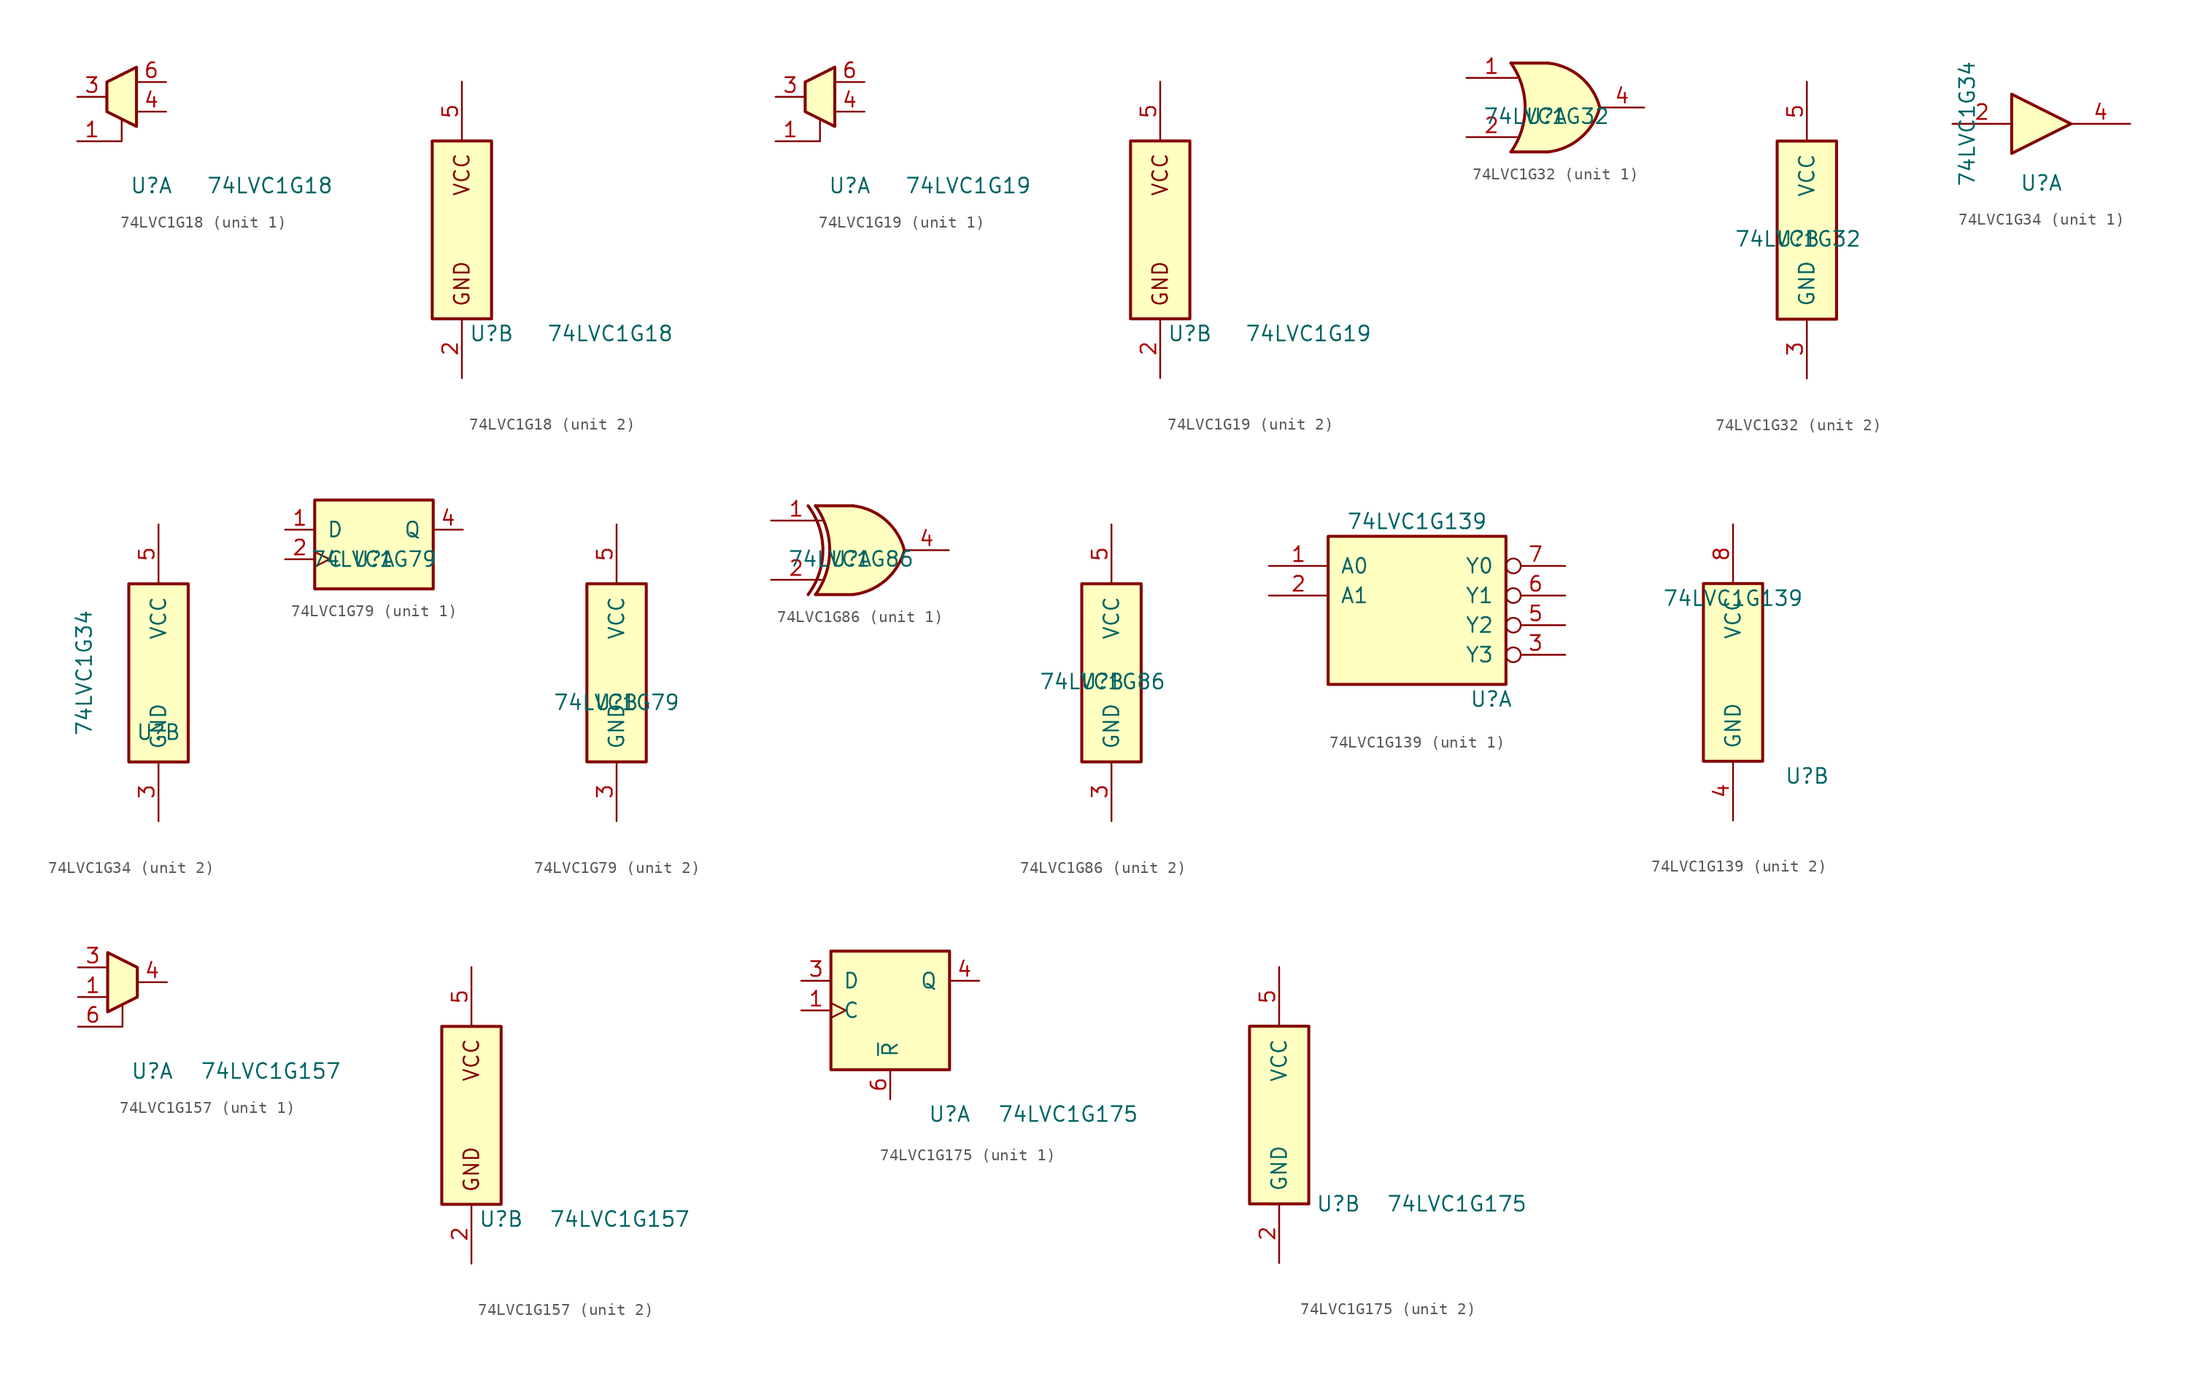
<source format=kicad_sym>
(kicad_symbol_lib
  (version 20211014)
  (generator kicad_symbol_editor)
  (symbol "74LVC1G18"
    (pin_names
      (offset 1.016) hide)
    (property "Reference" "U"
      (at 2.54 -7.62 0)
      (effects (font (size 1.27 1.27))))
    (property "Value" "74LVC1G18"
      (at 12.7 -7.62 0)
      (effects (font (size 1.27 1.27))))
    (symbol "74LVC1G18_1_1"
      (polyline (pts (xy -1.27 -3.81) (xy 0 -3.81) (xy 0 -1.905)) (stroke (width 0) (type default) (color 0 0 0 0)) (fill (type none)))
      (polyline (pts (xy 1.27 2.54) (xy -1.27 1.27) (xy -1.27 -1.27) (xy 1.27 -2.54) (xy 1.27 2.54)) (stroke (width 0.254) (type default) (color 0 0 0 0)) (fill (type background)))
      (pin input line (at -3.81 -3.81 0) (length 2.54) (name "S" (effects (font (size 1.27 1.27)))) (number "1" (effects (font (size 1.27 1.27)))))
      (pin input line (at -3.81 0 0) (length 2.54) (name "I" (effects (font (size 1.27 1.27)))) (number "3" (effects (font (size 1.27 1.27)))))
      (pin output line (at 3.81 -1.27 180) (length 2.54) (name "Y1" (effects (font (size 1.27 1.27)))) (number "4" (effects (font (size 1.27 1.27)))))
      (pin output line (at 3.81 1.27 180) (length 2.54) (name "Y0" (effects (font (size 1.27 1.27)))) (number "6" (effects (font (size 1.27 1.27))))))
    (symbol "74LVC1G18_2_0"
      (text " GND" (at 0 -6.35 900) (effects (font (size 1.27 1.27)) (justify left)))
      (text "VCC " (at 0 8.89 900) (effects (font (size 1.27 1.27)) (justify right))))
    (symbol "74LVC1G18_2_1"
      (rectangle (start -2.54 8.89) (end 2.54 -6.35) (stroke (width 0.254) (type default) (color 0 0 0 0)) (fill (type background)))
      (pin power_in line (at 0 -11.43 90) (length 5.08) (name "GND" (effects (font (size 1.27 1.27)))) (number "2" (effects (font (size 1.27 1.27)))))
      (pin power_in line (at 0 13.97 270) (length 5.08) (name "VCC" (effects (font (size 1.27 1.27)))) (number "5" (effects (font (size 1.27 1.27)))))))
  (symbol "74LVC1G19"
    (pin_names
      (offset 1.016) hide)
    (property "Reference" "U"
      (at 2.54 -7.62 0)
      (effects (font (size 1.27 1.27))))
    (property "Value" "74LVC1G19"
      (at 12.7 -7.62 0)
      (effects (font (size 1.27 1.27))))
    (property "ki_locked" ""
      (at 0 0 0)
      (effects (font (size 1.27 1.27))))
    (symbol "74LVC1G19_1_1"
      (polyline (pts (xy -1.27 -3.81) (xy 0 -3.81) (xy 0 -1.905)) (stroke (width 0) (type default) (color 0 0 0 0)) (fill (type none)))
      (polyline (pts (xy 1.27 2.54) (xy -1.27 1.27) (xy -1.27 -1.27) (xy 1.27 -2.54) (xy 1.27 2.54)) (stroke (width 0.254) (type default) (color 0 0 0 0)) (fill (type background)))
      (pin input line (at -3.81 -3.81 0) (length 2.54) (name "S" (effects (font (size 1.27 1.27)))) (number "1" (effects (font (size 1.27 1.27)))))
      (pin input line (at -3.81 0 0) (length 2.54) (name "I" (effects (font (size 1.27 1.27)))) (number "3" (effects (font (size 1.27 1.27)))))
      (pin output line (at 3.81 -1.27 180) (length 2.54) (name "Y1" (effects (font (size 1.27 1.27)))) (number "4" (effects (font (size 1.27 1.27)))))
      (pin output line (at 3.81 1.27 180) (length 2.54) (name "Y0" (effects (font (size 1.27 1.27)))) (number "6" (effects (font (size 1.27 1.27))))))
    (symbol "74LVC1G19_2_0"
      (text " GND" (at 0 -6.35 900) (effects (font (size 1.27 1.27)) (justify left)))
      (text "VCC " (at 0 8.89 900) (effects (font (size 1.27 1.27)) (justify right))))
    (symbol "74LVC1G19_2_1"
      (rectangle (start -2.54 8.89) (end 2.54 -6.35) (stroke (width 0.254) (type default) (color 0 0 0 0)) (fill (type background)))
      (pin power_in line (at 0 -11.43 90) (length 5.08) (name "GND" (effects (font (size 1.27 1.27)))) (number "2" (effects (font (size 1.27 1.27)))))
      (pin power_in line (at 0 13.97 270) (length 5.08) (name "VCC" (effects (font (size 1.27 1.27)))) (number "5" (effects (font (size 1.27 1.27)))))))
  (symbol "74LVC1G32"
    (pin_names
      (offset 1.016))
    (property "Reference" "U"
      (at -0.762 -0.762 0)
      (effects (font (size 1.27 1.27))))
    (property "Value" "74LVC1G32"
      (at -0.762 -0.762 0)
      (effects (font (size 1.27 1.27))))
    (property "ki_locked" ""
      (at 0 0 0)
      (effects (font (size 1.27 1.27))))
    (symbol "74LVC1G32_1_1"
      (arc (start -3.81 -3.81) (mid -2.589 0) (end -3.81 3.81) (stroke (width 0.254) (type default) (color 0 0 0 0)) (fill (type none)))
      (arc (start -0.6096 -3.81) (mid 2.1855 -2.584) (end 3.81 0) (stroke (width 0.254) (type default) (color 0 0 0 0)) (fill (type background)))
      (polyline (pts (xy -3.81 -3.81) (xy -0.635 -3.81)) (stroke (width 0.254) (type default) (color 0 0 0 0)) (fill (type background)))
      (polyline (pts (xy -3.81 3.81) (xy -0.635 3.81)) (stroke (width 0.254) (type default) (color 0 0 0 0)) (fill (type background)))
      (polyline (pts (xy -0.635 3.81) (xy -3.81 3.81) (xy -3.81 3.81) (xy -3.556 3.404) (xy -3.023 2.261) (xy -2.692 1.041) (xy -2.616 -0.254) (xy -2.769 -1.499) (xy -3.175 -2.718) (xy -3.81 -3.81) (xy -3.81 -3.81) (xy -0.635 -3.81)) (stroke (width -25.4) (type default) (color 0 0 0 0)) (fill (type background)))
      (arc (start 3.81 0) (mid 2.1928 2.5925) (end -0.6096 3.81) (stroke (width 0.254) (type default) (color 0 0 0 0)) (fill (type background)))
      (pin input line (at -7.62 2.54 0) (length 4.318) (name "~" (effects (font (size 1.27 1.27)))) (number "1" (effects (font (size 1.27 1.27)))))
      (pin input line (at -7.62 -2.54 0) (length 4.318) (name "~" (effects (font (size 1.27 1.27)))) (number "2" (effects (font (size 1.27 1.27)))))
      (pin output line (at 7.62 0 180) (length 3.81) (name "~" (effects (font (size 1.27 1.27)))) (number "4" (effects (font (size 1.27 1.27))))))
    (symbol "74LVC1G32_2_0"
      (pin power_in line (at 0 -12.7 90) (length 5.08) (name "GND" (effects (font (size 1.27 1.27)))) (number "3" (effects (font (size 1.27 1.27)))))
      (pin power_in line (at 0 12.7 270) (length 5.08) (name "VCC" (effects (font (size 1.27 1.27)))) (number "5" (effects (font (size 1.27 1.27))))))
    (symbol "74LVC1G32_2_1"
      (rectangle (start -2.54 7.62) (end 2.54 -7.62) (stroke (width 0.254) (type default) (color 0 0 0 0)) (fill (type background)))))
  (symbol "74LVC1G34"
    (pin_names
      (offset 1.016))
    (property "Reference" "U"
      (at 0 -5.08 0)
      (effects (font (size 1.27 1.27))))
    (property "Value" "74LVC1G34"
      (at -6.35 0 90)
      (effects (font (size 1.27 1.27))))
    (property "ki_locked" ""
      (at 0 0 0)
      (effects (font (size 1.27 1.27))))
    (symbol "74LVC1G34_1_0"
      (polyline (pts (xy -2.54 2.54) (xy -2.54 -2.54) (xy 2.54 0) (xy -2.54 2.54)) (stroke (width 0.254) (type default) (color 0 0 0 0)) (fill (type background)))
      (pin input line (at -7.62 0 0) (length 5.08) (name "~" (effects (font (size 1.27 1.27)))) (number "2" (effects (font (size 1.27 1.27)))))
      (pin output line (at 7.62 0 180) (length 5.08) (name "~" (effects (font (size 1.27 1.27)))) (number "4" (effects (font (size 1.27 1.27))))))
    (symbol "74LVC1G34_2_0"
      (pin no_connect line (at 1.27 -12.7 90) (length 5.08) hide (name "~" (effects (font (size 1.27 1.27)))) (number "1" (effects (font (size 1.27 1.27)))))
      (pin power_in line (at 0 -12.7 90) (length 5.08) (name "GND" (effects (font (size 1.27 1.27)))) (number "3" (effects (font (size 1.27 1.27)))))
      (pin power_in line (at 0 12.7 270) (length 5.08) (name "VCC" (effects (font (size 1.27 1.27)))) (number "5" (effects (font (size 1.27 1.27))))))
    (symbol "74LVC1G34_2_1"
      (rectangle (start -2.54 7.62) (end 2.54 -7.62) (stroke (width 0.254) (type default) (color 0 0 0 0)) (fill (type background)))))
  (symbol "74LVC1G79"
    (pin_names
      (offset 1.016))
    (property "Reference" "U"
      (at 0 -2.54 0)
      (effects (font (size 1.27 1.27))))
    (property "Value" "74LVC1G79"
      (at 0 -2.54 0)
      (effects (font (size 1.27 1.27))))
    (property "ki_locked" ""
      (at 0 0 0)
      (effects (font (size 1.27 1.27))))
    (symbol "74LVC1G79_1_0"
      (pin input line (at -7.62 0 0) (length 2.54) (name "D" (effects (font (size 1.27 1.27)))) (number "1" (effects (font (size 1.27 1.27)))))
      (pin input clock (at -7.62 -2.54 0) (length 2.54) (name "C" (effects (font (size 1.27 1.27)))) (number "2" (effects (font (size 1.27 1.27)))))
      (pin output line (at 7.62 0 180) (length 2.54) (name "Q" (effects (font (size 1.27 1.27)))) (number "4" (effects (font (size 1.27 1.27))))))
    (symbol "74LVC1G79_1_1"
      (rectangle (start -5.08 2.54) (end 5.08 -5.08) (stroke (width 0.254) (type default) (color 0 0 0 0)) (fill (type background))))
    (symbol "74LVC1G79_2_0"
      (rectangle (start -2.54 7.62) (end 2.54 -7.62) (stroke (width 0.254) (type default) (color 0 0 0 0)) (fill (type background)))
      (pin power_in line (at 0 -12.7 90) (length 5.08) (name "GND" (effects (font (size 1.27 1.27)))) (number "3" (effects (font (size 1.27 1.27)))))
      (pin power_in line (at 0 12.7 270) (length 5.08) (name "VCC" (effects (font (size 1.27 1.27)))) (number "5" (effects (font (size 1.27 1.27)))))))
  (symbol "74LVC1G86"
    (pin_names
      (offset 1.016))
    (property "Reference" "U"
      (at -0.762 -0.762 0)
      (effects (font (size 1.27 1.27))))
    (property "Value" "74LVC1G86"
      (at -0.762 -0.762 0)
      (effects (font (size 1.27 1.27))))
    (property "ki_locked" ""
      (at 0 0 0)
      (effects (font (size 1.27 1.27))))
    (symbol "74LVC1G86_1_0"
      (arc (start -4.445 -3.81) (mid -3.175 0) (end -4.445 3.81) (stroke (width 0.254) (type default) (color 0 0 0 0)) (fill (type none))))
    (symbol "74LVC1G86_1_1"
      (arc (start -3.81 -3.81) (mid -2.589 0) (end -3.81 3.81) (stroke (width 0.254) (type default) (color 0 0 0 0)) (fill (type none)))
      (arc (start -0.6096 -3.81) (mid 2.1855 -2.584) (end 3.81 0) (stroke (width 0.254) (type default) (color 0 0 0 0)) (fill (type background)))
      (polyline (pts (xy -3.81 -3.81) (xy -0.635 -3.81)) (stroke (width 0.254) (type default) (color 0 0 0 0)) (fill (type background)))
      (polyline (pts (xy -3.81 3.81) (xy -0.635 3.81)) (stroke (width 0.254) (type default) (color 0 0 0 0)) (fill (type background)))
      (polyline (pts (xy -0.635 3.81) (xy -3.81 3.81) (xy -3.81 3.81) (xy -3.556 3.404) (xy -3.023 2.261) (xy -2.692 1.041) (xy -2.616 -0.254) (xy -2.769 -1.499) (xy -3.175 -2.718) (xy -3.81 -3.81) (xy -3.81 -3.81) (xy -0.635 -3.81)) (stroke (width -25.4) (type default) (color 0 0 0 0)) (fill (type background)))
      (arc (start 3.81 0) (mid 2.1928 2.5925) (end -0.6096 3.81) (stroke (width 0.254) (type default) (color 0 0 0 0)) (fill (type background)))
      (pin input line (at -7.62 2.54 0) (length 4.318) (name "~" (effects (font (size 1.27 1.27)))) (number "1" (effects (font (size 1.27 1.27)))))
      (pin input line (at -7.62 -2.54 0) (length 4.318) (name "~" (effects (font (size 1.27 1.27)))) (number "2" (effects (font (size 1.27 1.27)))))
      (pin output line (at 7.62 0 180) (length 3.81) (name "~" (effects (font (size 1.27 1.27)))) (number "4" (effects (font (size 1.27 1.27))))))
    (symbol "74LVC1G86_2_0"
      (pin power_in line (at 0 -12.7 90) (length 5.08) (name "GND" (effects (font (size 1.27 1.27)))) (number "3" (effects (font (size 1.27 1.27)))))
      (pin power_in line (at 0 12.7 270) (length 5.08) (name "VCC" (effects (font (size 1.27 1.27)))) (number "5" (effects (font (size 1.27 1.27))))))
    (symbol "74LVC1G86_2_1"
      (rectangle (start -2.54 7.62) (end 2.54 -7.62) (stroke (width 0.254) (type default) (color 0 0 0 0)) (fill (type background)))))
  (symbol "74LVC1G139"
    (pin_names
      (offset 1.016))
    (property "Reference" "U"
      (at 6.35 -8.89 0)
      (effects (font (size 1.27 1.27))))
    (property "Value" "74LVC1G139"
      (at 0 6.35 0)
      (effects (font (size 1.27 1.27))))
    (property "ki_locked" ""
      (at 0 0 0)
      (effects (font (size 1.27 1.27))))
    (symbol "74LVC1G139_1_0"
      (pin input line (at -12.7 2.54 0) (length 5.08) (name "A0" (effects (font (size 1.27 1.27)))) (number "1" (effects (font (size 1.27 1.27)))))
      (pin input line (at -12.7 0 0) (length 5.08) (name "A1" (effects (font (size 1.27 1.27)))) (number "2" (effects (font (size 1.27 1.27)))))
      (pin output inverted (at 12.7 -5.08 180) (length 5.08) (name "Y3" (effects (font (size 1.27 1.27)))) (number "3" (effects (font (size 1.27 1.27)))))
      (pin output inverted (at 12.7 -2.54 180) (length 5.08) (name "Y2" (effects (font (size 1.27 1.27)))) (number "5" (effects (font (size 1.27 1.27)))))
      (pin output inverted (at 12.7 0 180) (length 5.08) (name "Y1" (effects (font (size 1.27 1.27)))) (number "6" (effects (font (size 1.27 1.27)))))
      (pin output inverted (at 12.7 2.54 180) (length 5.08) (name "Y0" (effects (font (size 1.27 1.27)))) (number "7" (effects (font (size 1.27 1.27))))))
    (symbol "74LVC1G139_1_1"
      (rectangle (start -7.62 5.08) (end 7.62 -7.62) (stroke (width 0.254) (type default) (color 0 0 0 0)) (fill (type background))))
    (symbol "74LVC1G139_2_0"
      (pin power_in line (at 0 -12.7 90) (length 5.08) (name "GND" (effects (font (size 1.27 1.27)))) (number "4" (effects (font (size 1.27 1.27)))))
      (pin power_in line (at 0 12.7 270) (length 5.08) (name "VCC" (effects (font (size 1.27 1.27)))) (number "8" (effects (font (size 1.27 1.27))))))
    (symbol "74LVC1G139_2_1"
      (rectangle (start -2.54 7.62) (end 2.54 -7.62) (stroke (width 0.254) (type default) (color 0 0 0 0)) (fill (type background)))))
  (symbol "74LVC1G157"
    (pin_names
      (offset 1.016) hide)
    (property "Reference" "U"
      (at 2.54 -7.62 0)
      (effects (font (size 1.27 1.27))))
    (property "Value" "74LVC1G157"
      (at 12.7 -7.62 0)
      (effects (font (size 1.27 1.27))))
    (property "ki_locked" ""
      (at 0 0 0)
      (effects (font (size 1.27 1.27))))
    (symbol "74LVC1G157_1_1"
      (polyline (pts (xy -1.27 -3.81) (xy 0 -3.81) (xy 0 -1.905)) (stroke (width 0) (type default) (color 0 0 0 0)) (fill (type none)))
      (polyline (pts (xy -1.27 2.54) (xy 1.27 1.27) (xy 1.27 -1.27) (xy -1.27 -2.54) (xy -1.27 2.54)) (stroke (width 0.254) (type default) (color 0 0 0 0)) (fill (type background)))
      (pin input line (at -3.81 -1.27 0) (length 2.54) (name "I1" (effects (font (size 1.27 1.27)))) (number "1" (effects (font (size 1.27 1.27)))))
      (pin input line (at -3.81 1.27 0) (length 2.54) (name "I0" (effects (font (size 1.27 1.27)))) (number "3" (effects (font (size 1.27 1.27)))))
      (pin output line (at 3.81 0 180) (length 2.54) (name "Y" (effects (font (size 1.27 1.27)))) (number "4" (effects (font (size 1.27 1.27)))))
      (pin input line (at -3.81 -3.81 0) (length 2.54) (name "S" (effects (font (size 1.27 1.27)))) (number "6" (effects (font (size 1.27 1.27))))))
    (symbol "74LVC1G157_2_0"
      (text " GND" (at 0 -6.35 900) (effects (font (size 1.27 1.27)) (justify left)))
      (text "VCC " (at 0 8.89 900) (effects (font (size 1.27 1.27)) (justify right))))
    (symbol "74LVC1G157_2_1"
      (rectangle (start -2.54 8.89) (end 2.54 -6.35) (stroke (width 0.254) (type default) (color 0 0 0 0)) (fill (type background)))
      (pin power_in line (at 0 -11.43 90) (length 5.08) (name "GND" (effects (font (size 1.27 1.27)))) (number "2" (effects (font (size 1.27 1.27)))))
      (pin power_in line (at 0 13.97 270) (length 5.08) (name "VCC" (effects (font (size 1.27 1.27)))) (number "5" (effects (font (size 1.27 1.27)))))))
  (symbol "74LVC1G175"
    (pin_names
      (offset 1.016))
    (property "Reference" "U"
      (at 5.08 -8.89 0)
      (effects (font (size 1.27 1.27))))
    (property "Value" "74LVC1G175"
      (at 15.24 -8.89 0)
      (effects (font (size 1.27 1.27))))
    (property "ki_locked" ""
      (at 0 0 0)
      (effects (font (size 1.27 1.27))))
    (symbol "74LVC1G175_1_0"
      (pin input clock (at -7.62 0 0) (length 2.54) (name "C" (effects (font (size 1.27 1.27)))) (number "1" (effects (font (size 1.27 1.27)))))
      (pin input line (at -7.62 2.54 0) (length 2.54) (name "D" (effects (font (size 1.27 1.27)))) (number "3" (effects (font (size 1.27 1.27)))))
      (pin output line (at 7.62 2.54 180) (length 2.54) (name "Q" (effects (font (size 1.27 1.27)))) (number "4" (effects (font (size 1.27 1.27)))))
      (pin input line (at 0 -7.62 90) (length 2.54) (name "~{R}" (effects (font (size 1.27 1.27)))) (number "6" (effects (font (size 1.27 1.27))))))
    (symbol "74LVC1G175_1_1"
      (rectangle (start -5.08 5.08) (end 5.08 -5.08) (stroke (width 0.254) (type default) (color 0 0 0 0)) (fill (type background))))
    (symbol "74LVC1G175_2_0"
      (rectangle (start -2.54 6.35) (end 2.54 -8.89) (stroke (width 0.254) (type default) (color 0 0 0 0)) (fill (type background)))
      (pin power_in line (at 0 -13.97 90) (length 5.08) (name "GND" (effects (font (size 1.27 1.27)))) (number "2" (effects (font (size 1.27 1.27)))))
      (pin power_in line (at 0 11.43 270) (length 5.08) (name "VCC" (effects (font (size 1.27 1.27)))) (number "5" (effects (font (size 1.27 1.27))))))))
</source>
